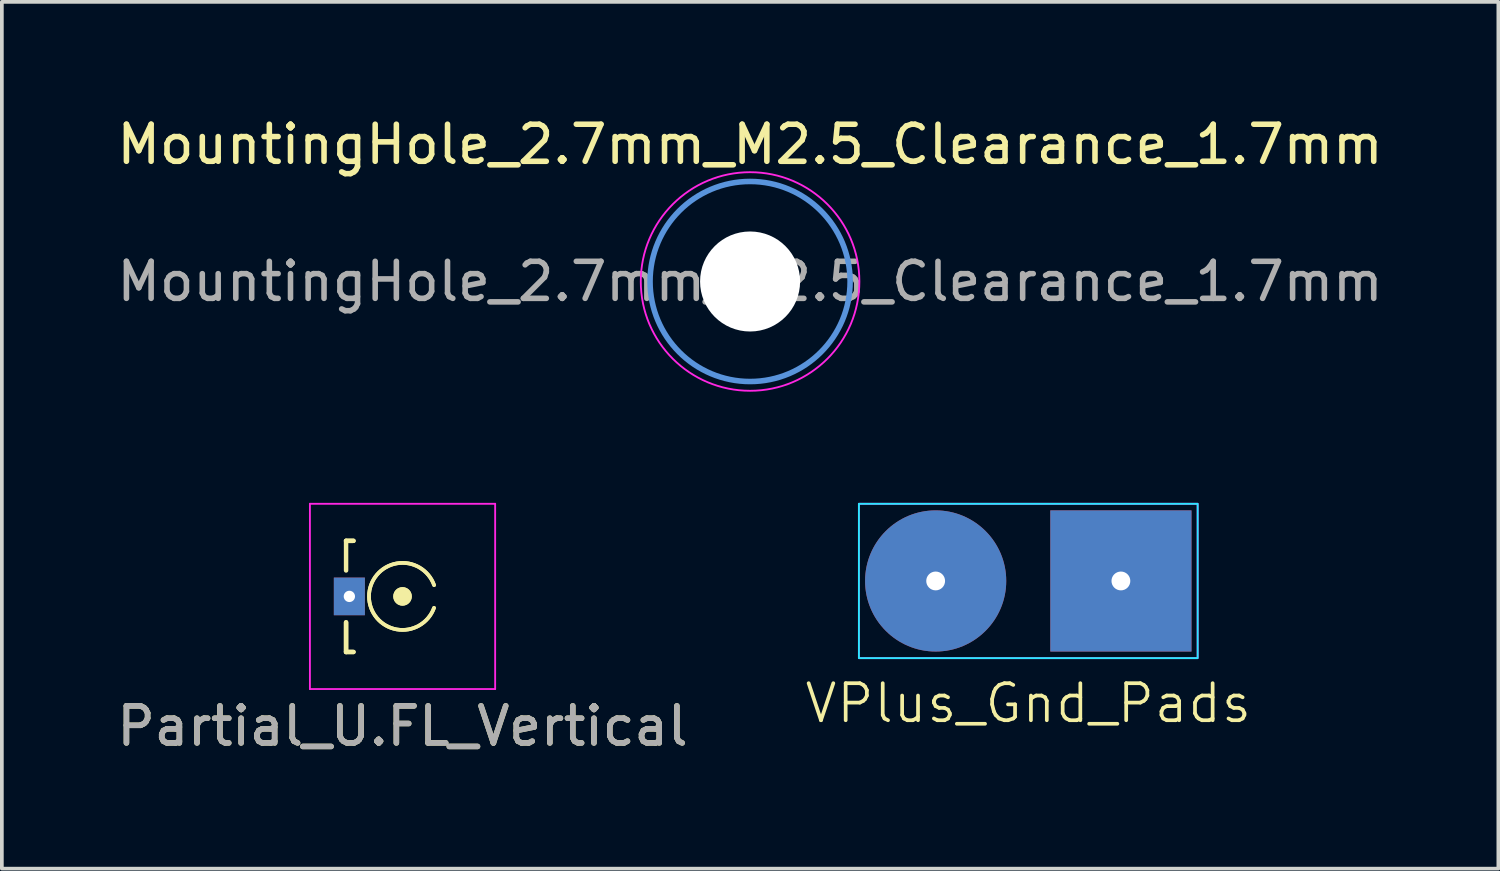
<source format=kicad_pcb>
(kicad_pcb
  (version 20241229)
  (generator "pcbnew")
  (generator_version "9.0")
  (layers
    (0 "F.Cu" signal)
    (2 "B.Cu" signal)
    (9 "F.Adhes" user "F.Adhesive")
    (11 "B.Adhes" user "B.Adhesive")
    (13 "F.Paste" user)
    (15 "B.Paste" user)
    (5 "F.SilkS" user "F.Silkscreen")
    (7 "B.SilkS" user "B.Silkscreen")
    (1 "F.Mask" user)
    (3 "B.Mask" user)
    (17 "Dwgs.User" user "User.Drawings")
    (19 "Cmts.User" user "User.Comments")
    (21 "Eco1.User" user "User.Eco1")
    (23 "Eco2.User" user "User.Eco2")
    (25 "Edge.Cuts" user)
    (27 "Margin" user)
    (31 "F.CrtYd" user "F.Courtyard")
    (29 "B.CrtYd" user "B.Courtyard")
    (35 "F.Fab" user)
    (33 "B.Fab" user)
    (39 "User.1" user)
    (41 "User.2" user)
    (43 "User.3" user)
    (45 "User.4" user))
  (footprint "Partial_U.FL_Vertical"
    (layer "F.Cu")
    (at 7.815 13.048)
    (property "Reference" "Partial_U.FL_Vertical" (at 0 3.5 0) (layer "F.SilkS") (effects (font (size 1 1) (thickness 0.15))))
    (attr smd)
    (fp_line (start -1.524 -1.5) (end -1.324 -1.5) (stroke (width 0.12) (type solid)) (layer "F.SilkS"))
    (fp_line (start -1.524 -1.5) (end -1.324 -1.5) (stroke (width 0.12) (type solid)) (layer "F.SilkS"))
    (fp_line (start -1.524 -0.7) (end -1.524 -1.5) (stroke (width 0.12) (type solid)) (layer "F.SilkS"))
    (fp_line (start -1.524 1.5) (end -1.524 0.7) (stroke (width 0.12) (type solid)) (layer "F.SilkS"))
    (fp_line (start -1.524 1.5) (end -1.524 0.7) (stroke (width 0.12) (type solid)) (layer "F.SilkS"))
    (fp_line (start -1.324 1.5) (end -1.524 1.5) (stroke (width 0.12) (type solid)) (layer "F.SilkS"))
    (fp_line (start -1.324 1.5) (end -1.524 1.5) (stroke (width 0.12) (type solid)) (layer "F.SilkS"))
    (fp_arc (start 0.85 0.31) (mid -0.904761 -0.002674) (end 0.851817 -0.304971) (stroke (width 0.1) (type default)) (layer "F.SilkS"))
    (fp_arc (start 0.85 0.31) (mid -0.904761 -0.002674) (end 0.851817 -0.304971) (stroke (width 0.1) (type default)) (layer "F.SilkS"))
    (fp_circle (center 0 0) (end 0 -0.2) (stroke (width 0.1) (type solid)) (fill no) (layer "F.SilkS"))
    (fp_circle (center 0 0) (end 0 -0.2) (stroke (width 0.1) (type solid)) (fill no) (layer "F.SilkS"))
    (fp_circle (center 0 0) (end 0 -0.125) (stroke (width 0.1) (type solid)) (fill no) (layer "F.SilkS"))
    (fp_circle (center 0 0) (end 0 -0.125) (stroke (width 0.1) (type solid)) (fill no) (layer "F.SilkS"))
    (fp_circle (center 0 0) (end 0 -0.05) (stroke (width 0.1) (type solid)) (fill no) (layer "F.SilkS"))
    (fp_circle (center 0 0) (end 0 -0.05) (stroke (width 0.1) (type solid)) (fill no) (layer "F.SilkS"))
    (fp_line (start -2.5 -2.5) (end -2.5 2.5) (stroke (width 0.05) (type solid)) (layer "F.CrtYd"))
    (fp_line (start -2.5 2.5) (end 2.5 2.5) (stroke (width 0.05) (type solid)) (layer "F.CrtYd"))
    (fp_line (start 2.5 -2.5) (end -2.5 -2.5) (stroke (width 0.05) (type solid)) (layer "F.CrtYd"))
    (fp_line (start 2.5 2.5) (end 2.5 -2.5) (stroke (width 0.05) (type solid)) (layer "F.CrtYd"))
    (fp_text user "${REFERENCE}" (at 0 3.5 0) (layer "F.Fab") (effects (font (size 1 1) (thickness 0.15))))
    (pad "0" thru_hole rect (at -1.435 0) (size 0.838 1.016) (drill 0.305) (layers "*.Cu" "F.Mask")))
  (footprint "MountingHole_2.7mm_M2.5_Clearance_1.7mm"
    (layer "F.Cu")
    (at 17.196 4.548)
    (property "Reference" "MountingHole_2.7mm_M2.5_Clearance_1.7mm" (at 0 -3.7 0) (layer "F.SilkS") (effects (font (size 1 1) (thickness 0.15))))
    (attr exclude_from_pos_files exclude_from_bom)
    (fp_circle (center 0 0) (end 2.7 0) (stroke (width 0.15) (type solid)) (fill no) (layer "Cmts.User"))
    (fp_circle (center 0 0) (end 2.95 0) (stroke (width 0.05) (type solid)) (fill no) (layer "F.CrtYd"))
    (fp_text user "${REFERENCE}" (at 0 0 0) (layer "F.Fab") (effects (font (size 1 1) (thickness 0.15))))
    (pad "" np_thru_hole circle (at 0 0) (size 2.7 2.7) (drill 2.7) (layers "*.Cu" "*.Mask")))
  (footprint "VPlus_Gnd_Pads"
    (layer "F.Cu")
    (at 24.705 12.631)
    (property "Reference" "VPlus_Gnd_Pads" (at 0 3.302 0) (unlocked yes) (layer "F.SilkS") (effects (font (size 1 1) (thickness 0.1))))
    (attr through_hole exclude_from_pos_files exclude_from_bom)
    (fp_rect (start -4.572 -2.083) (end 4.572 2.083) (stroke (width 0.05) (type default)) (fill no) (layer "B.CrtYd"))
    (fp_rect (start -4.572 -2.083) (end 4.572 2.083) (stroke (width 0.05) (type default)) (fill no) (layer "F.CrtYd"))
    (pad "1" thru_hole rect (at 2.5 0) (size 3.81 3.81) (drill 0.508) (layers "*.Cu" "*.Mask"))
    (pad "2" thru_hole circle (at -2.5 0) (size 3.81 3.81) (drill 0.508) (layers "*.Cu" "*.Mask")))
  (gr_rect
    (start -3 -3)
    (end 37.393 20.396)
    (stroke (width 0.1) (type default))
    (fill no)
    (layer "Edge.Cuts")))
</source>
